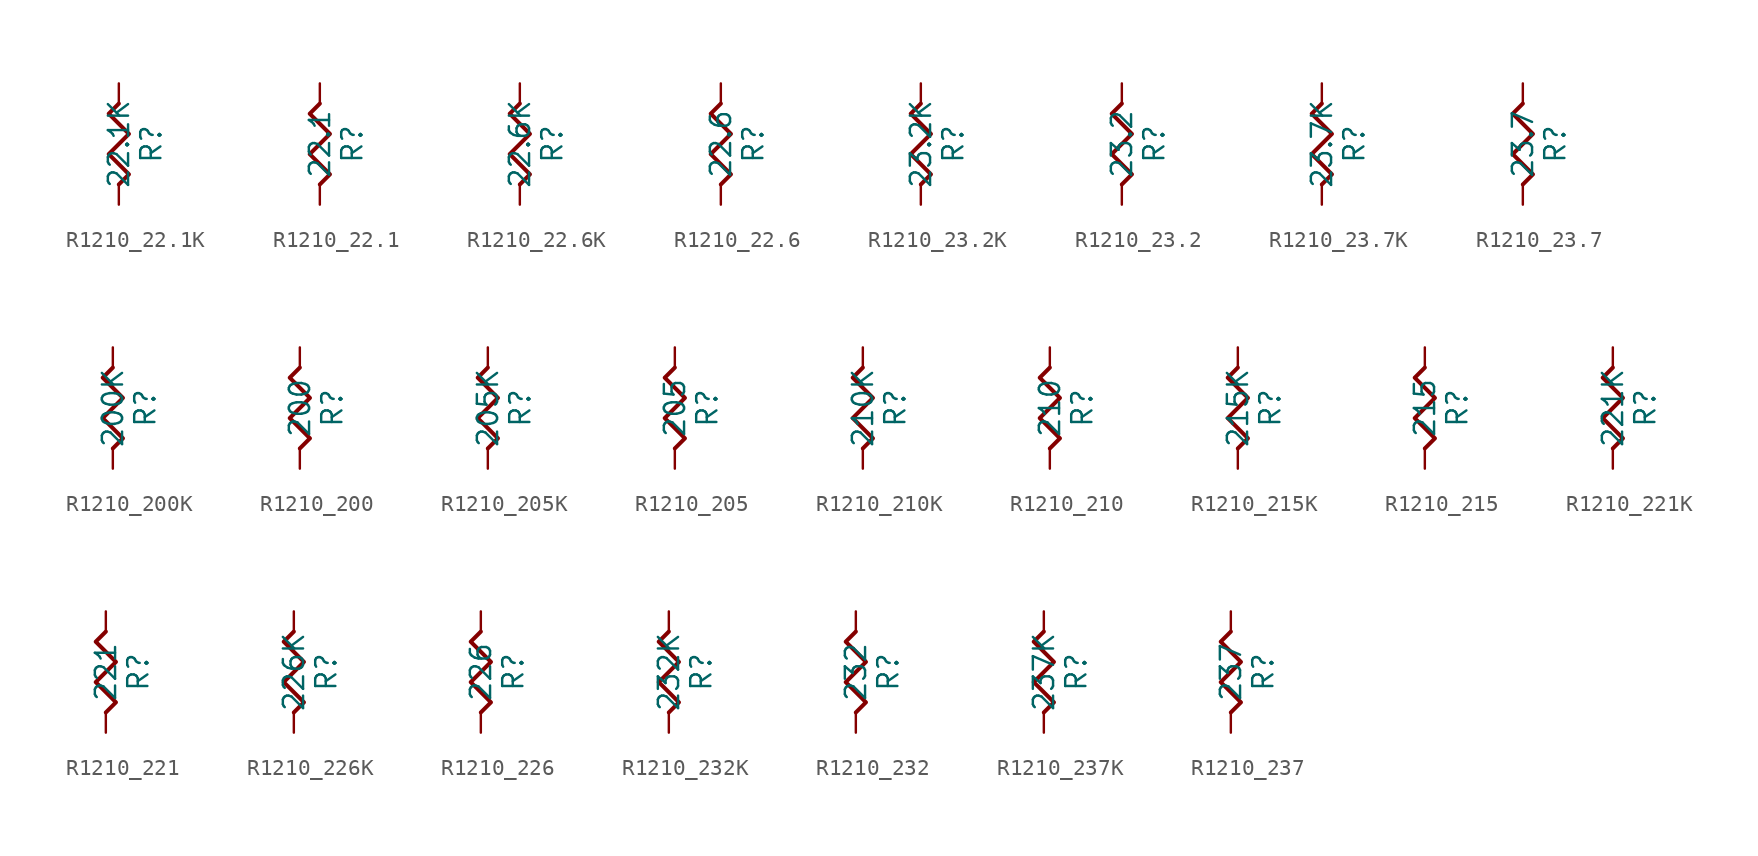
<source format=kicad_sym>
(kicad_symbol_lib
  (version 20211014)
  (generator atlantix-eda)
  (symbol "R1210_22.1K"
    (pin_numbers hide)
    (pin_names
      (offset 0))
    (property "Reference" "R"
      (at 2.032 0 90)
      (effects (font (size 1.27 1.27))))
    (property "Value" "22.1K"
      (at 0 0 90)
      (effects (font (size 1.27 1.27))))
    (symbol "R1210_22.1K_0_1"
      (polyline (pts (xy 0 -2.54) (xy 0.635 -1.905) (xy -0.635 -0.635) (xy 0.635 0.635) (xy -0.635 1.905) (xy 0 2.54)) (stroke (width 0.254) (type default) (color 0 0 0 0)) (fill (type none))))
    (symbol "R1210_22.1K_1_1"
      (pin passive line (at 0 3.81 270) (length 1.27) (name "~" (effects (font (size 1.27 1.27)))) (number "1" (effects (font (size 1.27 1.27)))))
      (pin passive line (at 0 -3.81 90) (length 1.27) (name "~" (effects (font (size 1.27 1.27)))) (number "2" (effects (font (size 1.27 1.27)))))))
  (symbol "R1210_22.1"
    (pin_numbers hide)
    (pin_names
      (offset 0))
    (property "Reference" "R"
      (at 2.032 0 90)
      (effects (font (size 1.27 1.27))))
    (property "Value" "22.1"
      (at 0 0 90)
      (effects (font (size 1.27 1.27))))
    (symbol "R1210_22.1_0_1"
      (polyline (pts (xy 0 -2.54) (xy 0.635 -1.905) (xy -0.635 -0.635) (xy 0.635 0.635) (xy -0.635 1.905) (xy 0 2.54)) (stroke (width 0.254) (type default) (color 0 0 0 0)) (fill (type none))))
    (symbol "R1210_22.1_1_1"
      (pin passive line (at 0 3.81 270) (length 1.27) (name "~" (effects (font (size 1.27 1.27)))) (number "1" (effects (font (size 1.27 1.27)))))
      (pin passive line (at 0 -3.81 90) (length 1.27) (name "~" (effects (font (size 1.27 1.27)))) (number "2" (effects (font (size 1.27 1.27)))))))
  (symbol "R1210_22.6K"
    (pin_numbers hide)
    (pin_names
      (offset 0))
    (property "Reference" "R"
      (at 2.032 0 90)
      (effects (font (size 1.27 1.27))))
    (property "Value" "22.6K"
      (at 0 0 90)
      (effects (font (size 1.27 1.27))))
    (symbol "R1210_22.6K_0_1"
      (polyline (pts (xy 0 -2.54) (xy 0.635 -1.905) (xy -0.635 -0.635) (xy 0.635 0.635) (xy -0.635 1.905) (xy 0 2.54)) (stroke (width 0.254) (type default) (color 0 0 0 0)) (fill (type none))))
    (symbol "R1210_22.6K_1_1"
      (pin passive line (at 0 3.81 270) (length 1.27) (name "~" (effects (font (size 1.27 1.27)))) (number "1" (effects (font (size 1.27 1.27)))))
      (pin passive line (at 0 -3.81 90) (length 1.27) (name "~" (effects (font (size 1.27 1.27)))) (number "2" (effects (font (size 1.27 1.27)))))))
  (symbol "R1210_22.6"
    (pin_numbers hide)
    (pin_names
      (offset 0))
    (property "Reference" "R"
      (at 2.032 0 90)
      (effects (font (size 1.27 1.27))))
    (property "Value" "22.6"
      (at 0 0 90)
      (effects (font (size 1.27 1.27))))
    (symbol "R1210_22.6_0_1"
      (polyline (pts (xy 0 -2.54) (xy 0.635 -1.905) (xy -0.635 -0.635) (xy 0.635 0.635) (xy -0.635 1.905) (xy 0 2.54)) (stroke (width 0.254) (type default) (color 0 0 0 0)) (fill (type none))))
    (symbol "R1210_22.6_1_1"
      (pin passive line (at 0 3.81 270) (length 1.27) (name "~" (effects (font (size 1.27 1.27)))) (number "1" (effects (font (size 1.27 1.27)))))
      (pin passive line (at 0 -3.81 90) (length 1.27) (name "~" (effects (font (size 1.27 1.27)))) (number "2" (effects (font (size 1.27 1.27)))))))
  (symbol "R1210_23.2K"
    (pin_numbers hide)
    (pin_names
      (offset 0))
    (property "Reference" "R"
      (at 2.032 0 90)
      (effects (font (size 1.27 1.27))))
    (property "Value" "23.2K"
      (at 0 0 90)
      (effects (font (size 1.27 1.27))))
    (symbol "R1210_23.2K_0_1"
      (polyline (pts (xy 0 -2.54) (xy 0.635 -1.905) (xy -0.635 -0.635) (xy 0.635 0.635) (xy -0.635 1.905) (xy 0 2.54)) (stroke (width 0.254) (type default) (color 0 0 0 0)) (fill (type none))))
    (symbol "R1210_23.2K_1_1"
      (pin passive line (at 0 3.81 270) (length 1.27) (name "~" (effects (font (size 1.27 1.27)))) (number "1" (effects (font (size 1.27 1.27)))))
      (pin passive line (at 0 -3.81 90) (length 1.27) (name "~" (effects (font (size 1.27 1.27)))) (number "2" (effects (font (size 1.27 1.27)))))))
  (symbol "R1210_23.2"
    (pin_numbers hide)
    (pin_names
      (offset 0))
    (property "Reference" "R"
      (at 2.032 0 90)
      (effects (font (size 1.27 1.27))))
    (property "Value" "23.2"
      (at 0 0 90)
      (effects (font (size 1.27 1.27))))
    (symbol "R1210_23.2_0_1"
      (polyline (pts (xy 0 -2.54) (xy 0.635 -1.905) (xy -0.635 -0.635) (xy 0.635 0.635) (xy -0.635 1.905) (xy 0 2.54)) (stroke (width 0.254) (type default) (color 0 0 0 0)) (fill (type none))))
    (symbol "R1210_23.2_1_1"
      (pin passive line (at 0 3.81 270) (length 1.27) (name "~" (effects (font (size 1.27 1.27)))) (number "1" (effects (font (size 1.27 1.27)))))
      (pin passive line (at 0 -3.81 90) (length 1.27) (name "~" (effects (font (size 1.27 1.27)))) (number "2" (effects (font (size 1.27 1.27)))))))
  (symbol "R1210_23.7K"
    (pin_numbers hide)
    (pin_names
      (offset 0))
    (property "Reference" "R"
      (at 2.032 0 90)
      (effects (font (size 1.27 1.27))))
    (property "Value" "23.7K"
      (at 0 0 90)
      (effects (font (size 1.27 1.27))))
    (symbol "R1210_23.7K_0_1"
      (polyline (pts (xy 0 -2.54) (xy 0.635 -1.905) (xy -0.635 -0.635) (xy 0.635 0.635) (xy -0.635 1.905) (xy 0 2.54)) (stroke (width 0.254) (type default) (color 0 0 0 0)) (fill (type none))))
    (symbol "R1210_23.7K_1_1"
      (pin passive line (at 0 3.81 270) (length 1.27) (name "~" (effects (font (size 1.27 1.27)))) (number "1" (effects (font (size 1.27 1.27)))))
      (pin passive line (at 0 -3.81 90) (length 1.27) (name "~" (effects (font (size 1.27 1.27)))) (number "2" (effects (font (size 1.27 1.27)))))))
  (symbol "R1210_23.7"
    (pin_numbers hide)
    (pin_names
      (offset 0))
    (property "Reference" "R"
      (at 2.032 0 90)
      (effects (font (size 1.27 1.27))))
    (property "Value" "23.7"
      (at 0 0 90)
      (effects (font (size 1.27 1.27))))
    (symbol "R1210_23.7_0_1"
      (polyline (pts (xy 0 -2.54) (xy 0.635 -1.905) (xy -0.635 -0.635) (xy 0.635 0.635) (xy -0.635 1.905) (xy 0 2.54)) (stroke (width 0.254) (type default) (color 0 0 0 0)) (fill (type none))))
    (symbol "R1210_23.7_1_1"
      (pin passive line (at 0 3.81 270) (length 1.27) (name "~" (effects (font (size 1.27 1.27)))) (number "1" (effects (font (size 1.27 1.27)))))
      (pin passive line (at 0 -3.81 90) (length 1.27) (name "~" (effects (font (size 1.27 1.27)))) (number "2" (effects (font (size 1.27 1.27)))))))
  (symbol "R1210_200K"
    (pin_numbers hide)
    (pin_names
      (offset 0))
    (property "Reference" "R"
      (at 2.032 0 90)
      (effects (font (size 1.27 1.27))))
    (property "Value" "200K"
      (at 0 0 90)
      (effects (font (size 1.27 1.27))))
    (symbol "R1210_200K_0_1"
      (polyline (pts (xy 0 -2.54) (xy 0.635 -1.905) (xy -0.635 -0.635) (xy 0.635 0.635) (xy -0.635 1.905) (xy 0 2.54)) (stroke (width 0.254) (type default) (color 0 0 0 0)) (fill (type none))))
    (symbol "R1210_200K_1_1"
      (pin passive line (at 0 3.81 270) (length 1.27) (name "~" (effects (font (size 1.27 1.27)))) (number "1" (effects (font (size 1.27 1.27)))))
      (pin passive line (at 0 -3.81 90) (length 1.27) (name "~" (effects (font (size 1.27 1.27)))) (number "2" (effects (font (size 1.27 1.27)))))))
  (symbol "R1210_200"
    (pin_numbers hide)
    (pin_names
      (offset 0))
    (property "Reference" "R"
      (at 2.032 0 90)
      (effects (font (size 1.27 1.27))))
    (property "Value" "200"
      (at 0 0 90)
      (effects (font (size 1.27 1.27))))
    (symbol "R1210_200_0_1"
      (polyline (pts (xy 0 -2.54) (xy 0.635 -1.905) (xy -0.635 -0.635) (xy 0.635 0.635) (xy -0.635 1.905) (xy 0 2.54)) (stroke (width 0.254) (type default) (color 0 0 0 0)) (fill (type none))))
    (symbol "R1210_200_1_1"
      (pin passive line (at 0 3.81 270) (length 1.27) (name "~" (effects (font (size 1.27 1.27)))) (number "1" (effects (font (size 1.27 1.27)))))
      (pin passive line (at 0 -3.81 90) (length 1.27) (name "~" (effects (font (size 1.27 1.27)))) (number "2" (effects (font (size 1.27 1.27)))))))
  (symbol "R1210_205K"
    (pin_numbers hide)
    (pin_names
      (offset 0))
    (property "Reference" "R"
      (at 2.032 0 90)
      (effects (font (size 1.27 1.27))))
    (property "Value" "205K"
      (at 0 0 90)
      (effects (font (size 1.27 1.27))))
    (symbol "R1210_205K_0_1"
      (polyline (pts (xy 0 -2.54) (xy 0.635 -1.905) (xy -0.635 -0.635) (xy 0.635 0.635) (xy -0.635 1.905) (xy 0 2.54)) (stroke (width 0.254) (type default) (color 0 0 0 0)) (fill (type none))))
    (symbol "R1210_205K_1_1"
      (pin passive line (at 0 3.81 270) (length 1.27) (name "~" (effects (font (size 1.27 1.27)))) (number "1" (effects (font (size 1.27 1.27)))))
      (pin passive line (at 0 -3.81 90) (length 1.27) (name "~" (effects (font (size 1.27 1.27)))) (number "2" (effects (font (size 1.27 1.27)))))))
  (symbol "R1210_205"
    (pin_numbers hide)
    (pin_names
      (offset 0))
    (property "Reference" "R"
      (at 2.032 0 90)
      (effects (font (size 1.27 1.27))))
    (property "Value" "205"
      (at 0 0 90)
      (effects (font (size 1.27 1.27))))
    (symbol "R1210_205_0_1"
      (polyline (pts (xy 0 -2.54) (xy 0.635 -1.905) (xy -0.635 -0.635) (xy 0.635 0.635) (xy -0.635 1.905) (xy 0 2.54)) (stroke (width 0.254) (type default) (color 0 0 0 0)) (fill (type none))))
    (symbol "R1210_205_1_1"
      (pin passive line (at 0 3.81 270) (length 1.27) (name "~" (effects (font (size 1.27 1.27)))) (number "1" (effects (font (size 1.27 1.27)))))
      (pin passive line (at 0 -3.81 90) (length 1.27) (name "~" (effects (font (size 1.27 1.27)))) (number "2" (effects (font (size 1.27 1.27)))))))
  (symbol "R1210_210K"
    (pin_numbers hide)
    (pin_names
      (offset 0))
    (property "Reference" "R"
      (at 2.032 0 90)
      (effects (font (size 1.27 1.27))))
    (property "Value" "210K"
      (at 0 0 90)
      (effects (font (size 1.27 1.27))))
    (symbol "R1210_210K_0_1"
      (polyline (pts (xy 0 -2.54) (xy 0.635 -1.905) (xy -0.635 -0.635) (xy 0.635 0.635) (xy -0.635 1.905) (xy 0 2.54)) (stroke (width 0.254) (type default) (color 0 0 0 0)) (fill (type none))))
    (symbol "R1210_210K_1_1"
      (pin passive line (at 0 3.81 270) (length 1.27) (name "~" (effects (font (size 1.27 1.27)))) (number "1" (effects (font (size 1.27 1.27)))))
      (pin passive line (at 0 -3.81 90) (length 1.27) (name "~" (effects (font (size 1.27 1.27)))) (number "2" (effects (font (size 1.27 1.27)))))))
  (symbol "R1210_210"
    (pin_numbers hide)
    (pin_names
      (offset 0))
    (property "Reference" "R"
      (at 2.032 0 90)
      (effects (font (size 1.27 1.27))))
    (property "Value" "210"
      (at 0 0 90)
      (effects (font (size 1.27 1.27))))
    (symbol "R1210_210_0_1"
      (polyline (pts (xy 0 -2.54) (xy 0.635 -1.905) (xy -0.635 -0.635) (xy 0.635 0.635) (xy -0.635 1.905) (xy 0 2.54)) (stroke (width 0.254) (type default) (color 0 0 0 0)) (fill (type none))))
    (symbol "R1210_210_1_1"
      (pin passive line (at 0 3.81 270) (length 1.27) (name "~" (effects (font (size 1.27 1.27)))) (number "1" (effects (font (size 1.27 1.27)))))
      (pin passive line (at 0 -3.81 90) (length 1.27) (name "~" (effects (font (size 1.27 1.27)))) (number "2" (effects (font (size 1.27 1.27)))))))
  (symbol "R1210_215K"
    (pin_numbers hide)
    (pin_names
      (offset 0))
    (property "Reference" "R"
      (at 2.032 0 90)
      (effects (font (size 1.27 1.27))))
    (property "Value" "215K"
      (at 0 0 90)
      (effects (font (size 1.27 1.27))))
    (symbol "R1210_215K_0_1"
      (polyline (pts (xy 0 -2.54) (xy 0.635 -1.905) (xy -0.635 -0.635) (xy 0.635 0.635) (xy -0.635 1.905) (xy 0 2.54)) (stroke (width 0.254) (type default) (color 0 0 0 0)) (fill (type none))))
    (symbol "R1210_215K_1_1"
      (pin passive line (at 0 3.81 270) (length 1.27) (name "~" (effects (font (size 1.27 1.27)))) (number "1" (effects (font (size 1.27 1.27)))))
      (pin passive line (at 0 -3.81 90) (length 1.27) (name "~" (effects (font (size 1.27 1.27)))) (number "2" (effects (font (size 1.27 1.27)))))))
  (symbol "R1210_215"
    (pin_numbers hide)
    (pin_names
      (offset 0))
    (property "Reference" "R"
      (at 2.032 0 90)
      (effects (font (size 1.27 1.27))))
    (property "Value" "215"
      (at 0 0 90)
      (effects (font (size 1.27 1.27))))
    (symbol "R1210_215_0_1"
      (polyline (pts (xy 0 -2.54) (xy 0.635 -1.905) (xy -0.635 -0.635) (xy 0.635 0.635) (xy -0.635 1.905) (xy 0 2.54)) (stroke (width 0.254) (type default) (color 0 0 0 0)) (fill (type none))))
    (symbol "R1210_215_1_1"
      (pin passive line (at 0 3.81 270) (length 1.27) (name "~" (effects (font (size 1.27 1.27)))) (number "1" (effects (font (size 1.27 1.27)))))
      (pin passive line (at 0 -3.81 90) (length 1.27) (name "~" (effects (font (size 1.27 1.27)))) (number "2" (effects (font (size 1.27 1.27)))))))
  (symbol "R1210_221K"
    (pin_numbers hide)
    (pin_names
      (offset 0))
    (property "Reference" "R"
      (at 2.032 0 90)
      (effects (font (size 1.27 1.27))))
    (property "Value" "221K"
      (at 0 0 90)
      (effects (font (size 1.27 1.27))))
    (symbol "R1210_221K_0_1"
      (polyline (pts (xy 0 -2.54) (xy 0.635 -1.905) (xy -0.635 -0.635) (xy 0.635 0.635) (xy -0.635 1.905) (xy 0 2.54)) (stroke (width 0.254) (type default) (color 0 0 0 0)) (fill (type none))))
    (symbol "R1210_221K_1_1"
      (pin passive line (at 0 3.81 270) (length 1.27) (name "~" (effects (font (size 1.27 1.27)))) (number "1" (effects (font (size 1.27 1.27)))))
      (pin passive line (at 0 -3.81 90) (length 1.27) (name "~" (effects (font (size 1.27 1.27)))) (number "2" (effects (font (size 1.27 1.27)))))))
  (symbol "R1210_221"
    (pin_numbers hide)
    (pin_names
      (offset 0))
    (property "Reference" "R"
      (at 2.032 0 90)
      (effects (font (size 1.27 1.27))))
    (property "Value" "221"
      (at 0 0 90)
      (effects (font (size 1.27 1.27))))
    (symbol "R1210_221_0_1"
      (polyline (pts (xy 0 -2.54) (xy 0.635 -1.905) (xy -0.635 -0.635) (xy 0.635 0.635) (xy -0.635 1.905) (xy 0 2.54)) (stroke (width 0.254) (type default) (color 0 0 0 0)) (fill (type none))))
    (symbol "R1210_221_1_1"
      (pin passive line (at 0 3.81 270) (length 1.27) (name "~" (effects (font (size 1.27 1.27)))) (number "1" (effects (font (size 1.27 1.27)))))
      (pin passive line (at 0 -3.81 90) (length 1.27) (name "~" (effects (font (size 1.27 1.27)))) (number "2" (effects (font (size 1.27 1.27)))))))
  (symbol "R1210_226K"
    (pin_numbers hide)
    (pin_names
      (offset 0))
    (property "Reference" "R"
      (at 2.032 0 90)
      (effects (font (size 1.27 1.27))))
    (property "Value" "226K"
      (at 0 0 90)
      (effects (font (size 1.27 1.27))))
    (symbol "R1210_226K_0_1"
      (polyline (pts (xy 0 -2.54) (xy 0.635 -1.905) (xy -0.635 -0.635) (xy 0.635 0.635) (xy -0.635 1.905) (xy 0 2.54)) (stroke (width 0.254) (type default) (color 0 0 0 0)) (fill (type none))))
    (symbol "R1210_226K_1_1"
      (pin passive line (at 0 3.81 270) (length 1.27) (name "~" (effects (font (size 1.27 1.27)))) (number "1" (effects (font (size 1.27 1.27)))))
      (pin passive line (at 0 -3.81 90) (length 1.27) (name "~" (effects (font (size 1.27 1.27)))) (number "2" (effects (font (size 1.27 1.27)))))))
  (symbol "R1210_226"
    (pin_numbers hide)
    (pin_names
      (offset 0))
    (property "Reference" "R"
      (at 2.032 0 90)
      (effects (font (size 1.27 1.27))))
    (property "Value" "226"
      (at 0 0 90)
      (effects (font (size 1.27 1.27))))
    (symbol "R1210_226_0_1"
      (polyline (pts (xy 0 -2.54) (xy 0.635 -1.905) (xy -0.635 -0.635) (xy 0.635 0.635) (xy -0.635 1.905) (xy 0 2.54)) (stroke (width 0.254) (type default) (color 0 0 0 0)) (fill (type none))))
    (symbol "R1210_226_1_1"
      (pin passive line (at 0 3.81 270) (length 1.27) (name "~" (effects (font (size 1.27 1.27)))) (number "1" (effects (font (size 1.27 1.27)))))
      (pin passive line (at 0 -3.81 90) (length 1.27) (name "~" (effects (font (size 1.27 1.27)))) (number "2" (effects (font (size 1.27 1.27)))))))
  (symbol "R1210_232K"
    (pin_numbers hide)
    (pin_names
      (offset 0))
    (property "Reference" "R"
      (at 2.032 0 90)
      (effects (font (size 1.27 1.27))))
    (property "Value" "232K"
      (at 0 0 90)
      (effects (font (size 1.27 1.27))))
    (symbol "R1210_232K_0_1"
      (polyline (pts (xy 0 -2.54) (xy 0.635 -1.905) (xy -0.635 -0.635) (xy 0.635 0.635) (xy -0.635 1.905) (xy 0 2.54)) (stroke (width 0.254) (type default) (color 0 0 0 0)) (fill (type none))))
    (symbol "R1210_232K_1_1"
      (pin passive line (at 0 3.81 270) (length 1.27) (name "~" (effects (font (size 1.27 1.27)))) (number "1" (effects (font (size 1.27 1.27)))))
      (pin passive line (at 0 -3.81 90) (length 1.27) (name "~" (effects (font (size 1.27 1.27)))) (number "2" (effects (font (size 1.27 1.27)))))))
  (symbol "R1210_232"
    (pin_numbers hide)
    (pin_names
      (offset 0))
    (property "Reference" "R"
      (at 2.032 0 90)
      (effects (font (size 1.27 1.27))))
    (property "Value" "232"
      (at 0 0 90)
      (effects (font (size 1.27 1.27))))
    (symbol "R1210_232_0_1"
      (polyline (pts (xy 0 -2.54) (xy 0.635 -1.905) (xy -0.635 -0.635) (xy 0.635 0.635) (xy -0.635 1.905) (xy 0 2.54)) (stroke (width 0.254) (type default) (color 0 0 0 0)) (fill (type none))))
    (symbol "R1210_232_1_1"
      (pin passive line (at 0 3.81 270) (length 1.27) (name "~" (effects (font (size 1.27 1.27)))) (number "1" (effects (font (size 1.27 1.27)))))
      (pin passive line (at 0 -3.81 90) (length 1.27) (name "~" (effects (font (size 1.27 1.27)))) (number "2" (effects (font (size 1.27 1.27)))))))
  (symbol "R1210_237K"
    (pin_numbers hide)
    (pin_names
      (offset 0))
    (property "Reference" "R"
      (at 2.032 0 90)
      (effects (font (size 1.27 1.27))))
    (property "Value" "237K"
      (at 0 0 90)
      (effects (font (size 1.27 1.27))))
    (symbol "R1210_237K_0_1"
      (polyline (pts (xy 0 -2.54) (xy 0.635 -1.905) (xy -0.635 -0.635) (xy 0.635 0.635) (xy -0.635 1.905) (xy 0 2.54)) (stroke (width 0.254) (type default) (color 0 0 0 0)) (fill (type none))))
    (symbol "R1210_237K_1_1"
      (pin passive line (at 0 3.81 270) (length 1.27) (name "~" (effects (font (size 1.27 1.27)))) (number "1" (effects (font (size 1.27 1.27)))))
      (pin passive line (at 0 -3.81 90) (length 1.27) (name "~" (effects (font (size 1.27 1.27)))) (number "2" (effects (font (size 1.27 1.27)))))))
  (symbol "R1210_237"
    (pin_numbers hide)
    (pin_names
      (offset 0))
    (property "Reference" "R"
      (at 2.032 0 90)
      (effects (font (size 1.27 1.27))))
    (property "Value" "237"
      (at 0 0 90)
      (effects (font (size 1.27 1.27))))
    (symbol "R1210_237_0_1"
      (polyline (pts (xy 0 -2.54) (xy 0.635 -1.905) (xy -0.635 -0.635) (xy 0.635 0.635) (xy -0.635 1.905) (xy 0 2.54)) (stroke (width 0.254) (type default) (color 0 0 0 0)) (fill (type none))))
    (symbol "R1210_237_1_1"
      (pin passive line (at 0 3.81 270) (length 1.27) (name "~" (effects (font (size 1.27 1.27)))) (number "1" (effects (font (size 1.27 1.27)))))
      (pin passive line (at 0 -3.81 90) (length 1.27) (name "~" (effects (font (size 1.27 1.27)))) (number "2" (effects (font (size 1.27 1.27))))))))
</source>
